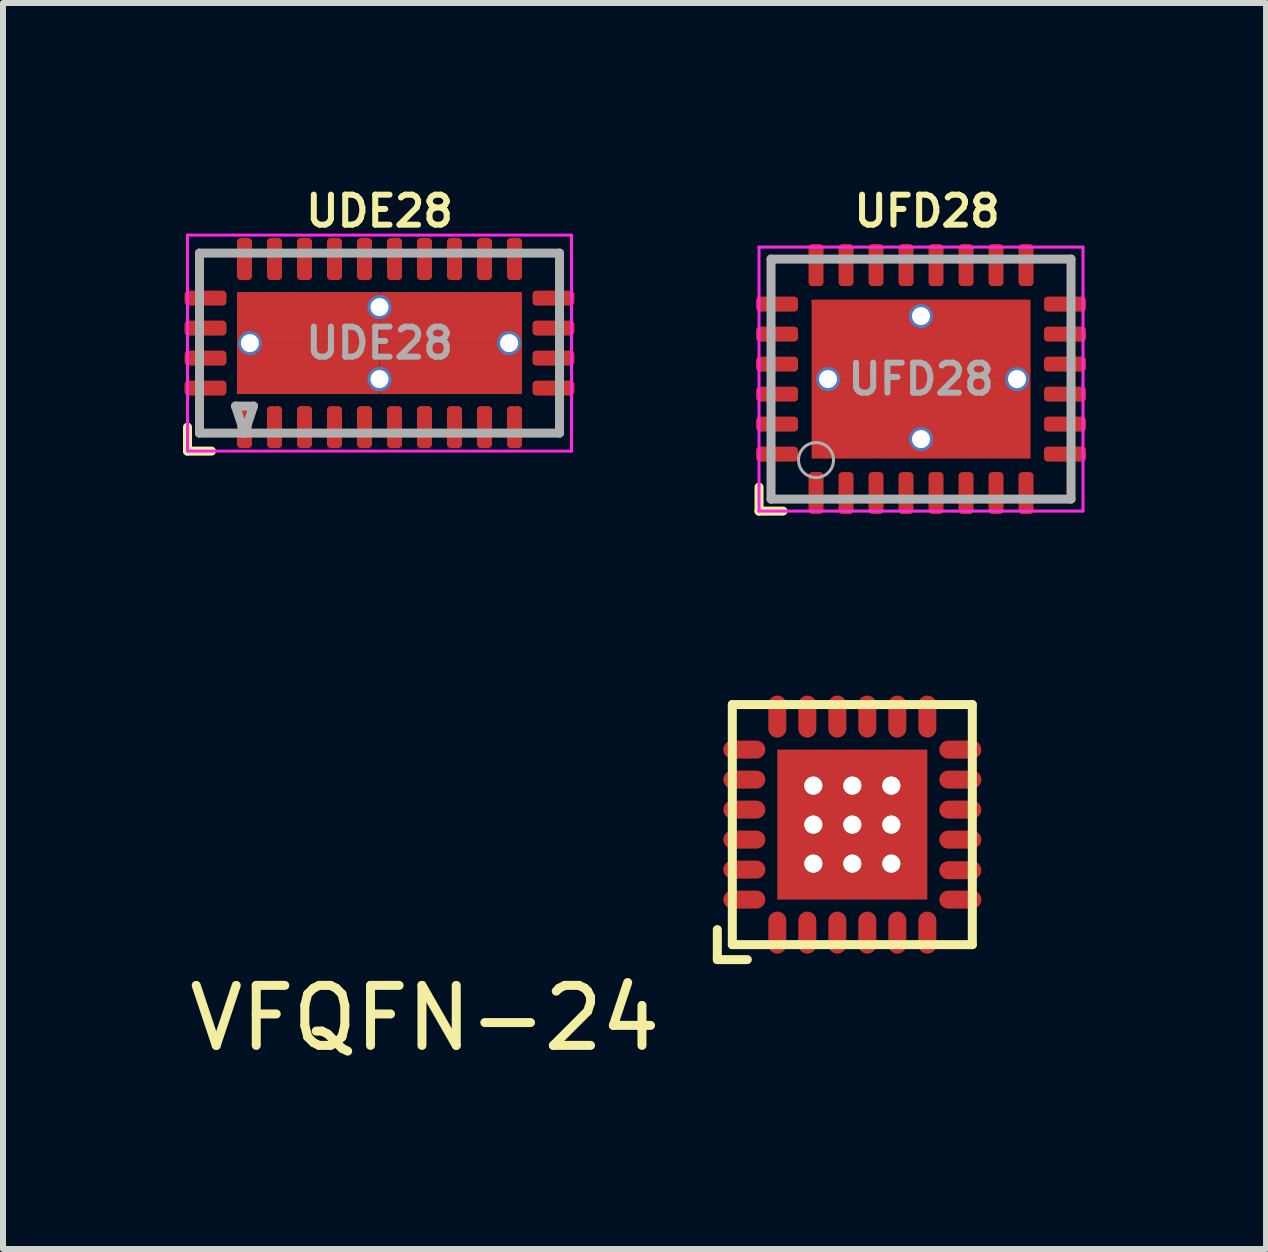
<source format=kicad_pcb>
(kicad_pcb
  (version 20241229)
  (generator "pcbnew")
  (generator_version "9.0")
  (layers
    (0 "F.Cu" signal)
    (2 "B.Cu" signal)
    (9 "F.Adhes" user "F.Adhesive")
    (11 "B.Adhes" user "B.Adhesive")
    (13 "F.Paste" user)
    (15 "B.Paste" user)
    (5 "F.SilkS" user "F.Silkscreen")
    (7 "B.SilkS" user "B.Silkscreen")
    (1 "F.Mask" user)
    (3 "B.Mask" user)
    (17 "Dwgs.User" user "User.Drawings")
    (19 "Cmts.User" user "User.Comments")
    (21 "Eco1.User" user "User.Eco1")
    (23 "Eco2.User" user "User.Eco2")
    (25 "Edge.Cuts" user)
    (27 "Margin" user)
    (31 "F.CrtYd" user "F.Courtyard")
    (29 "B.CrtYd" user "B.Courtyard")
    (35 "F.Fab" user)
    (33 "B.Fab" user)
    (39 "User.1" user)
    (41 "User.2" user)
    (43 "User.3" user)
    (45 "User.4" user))
  (footprint "VFQFN-24"
    (layer "F.Cu")
    (at 11.155 10.693)
    (property "Reference" "VFQFN-24" (at -7.125 3.225 180) (layer "F.SilkS") (effects (font (size 1 1) (thickness 0.15))))
    (attr through_hole)
    (fp_line (start -2.25 1.75) (end -2.25 2.25) (stroke (width 0.15) (type solid)) (layer "F.SilkS"))
    (fp_line (start -2.25 2.25) (end -1.75 2.25) (stroke (width 0.15) (type solid)) (layer "F.SilkS"))
    (fp_line (start -2 -2) (end 2 -2) (stroke (width 0.15) (type solid)) (layer "F.SilkS"))
    (fp_line (start -2 2) (end -2 -2) (stroke (width 0.15) (type solid)) (layer "F.SilkS"))
    (fp_line (start 2 -2) (end 2 2) (stroke (width 0.15) (type solid)) (layer "F.SilkS"))
    (fp_line (start 2 2) (end -2 2) (stroke (width 0.15) (type solid)) (layer "F.SilkS"))
    (pad "1" smd oval (at -1.25 1.8) (size 0.3 0.7) (layers "F.Cu" "F.Mask" "F.Paste"))
    (pad "2" smd oval (at -0.75 1.8) (size 0.3 0.7) (layers "F.Cu" "F.Mask" "F.Paste"))
    (pad "3" smd oval (at -0.25 1.8) (size 0.3 0.7) (layers "F.Cu" "F.Mask" "F.Paste"))
    (pad "4" smd oval (at 0.25 1.8) (size 0.3 0.7) (layers "F.Cu" "F.Mask" "F.Paste"))
    (pad "5" smd oval (at 0.75 1.8) (size 0.3 0.7) (layers "F.Cu" "F.Mask" "F.Paste"))
    (pad "6" smd oval (at 1.25 1.8) (size 0.3 0.7) (layers "F.Cu" "F.Mask" "F.Paste"))
    (pad "7" smd oval (at 1.8 1.25 90) (size 0.3 0.7) (layers "F.Cu" "F.Mask" "F.Paste"))
    (pad "8" smd oval (at 1.8 0.76 90) (size 0.3 0.7) (layers "F.Cu" "F.Mask" "F.Paste"))
    (pad "9" smd oval (at 1.8 0.25 90) (size 0.3 0.7) (layers "F.Cu" "F.Mask" "F.Paste"))
    (pad "10" smd oval (at 1.8 -0.25 90) (size 0.3 0.7) (layers "F.Cu" "F.Mask" "F.Paste"))
    (pad "11" smd oval (at 1.8 -0.75 90) (size 0.3 0.7) (layers "F.Cu" "F.Mask" "F.Paste"))
    (pad "12" smd oval (at 1.8 -1.25 90) (size 0.3 0.7) (layers "F.Cu" "F.Mask" "F.Paste"))
    (pad "13" smd oval (at 1.25 -1.8) (size 0.3 0.7) (layers "F.Cu" "F.Mask" "F.Paste"))
    (pad "14" smd oval (at 0.75 -1.8) (size 0.3 0.7) (layers "F.Cu" "F.Mask" "F.Paste"))
    (pad "15" smd oval (at 0.25 -1.8) (size 0.3 0.7) (layers "F.Cu" "F.Mask" "F.Paste"))
    (pad "16" smd oval (at -0.25 -1.8) (size 0.3 0.7) (layers "F.Cu" "F.Mask" "F.Paste"))
    (pad "17" smd oval (at -0.75 -1.8) (size 0.3 0.7) (layers "F.Cu" "F.Mask" "F.Paste"))
    (pad "18" smd oval (at -1.25 -1.8) (size 0.3 0.7) (layers "F.Cu" "F.Mask" "F.Paste"))
    (pad "19" smd oval (at -1.8 -1.25 90) (size 0.3 0.7) (layers "F.Cu" "F.Mask" "F.Paste"))
    (pad "20" smd oval (at -1.8 -0.75 90) (size 0.3 0.7) (layers "F.Cu" "F.Mask" "F.Paste"))
    (pad "21" smd oval (at -1.8 -0.25 90) (size 0.3 0.7) (layers "F.Cu" "F.Mask" "F.Paste"))
    (pad "22" smd oval (at -1.8 0.25 90) (size 0.3 0.7) (layers "F.Cu" "F.Mask" "F.Paste"))
    (pad "23" smd oval (at -1.8 0.75 90) (size 0.3 0.7) (layers "F.Cu" "F.Mask" "F.Paste"))
    (pad "24" smd oval (at -1.8 1.25 90) (size 0.3 0.7) (layers "F.Cu" "F.Mask" "F.Paste"))
    (pad "PAD" thru_hole circle (at -0.65 -0.65) (size 0.3 0.3) (drill 0.3) (layers "*.Cu" "F.Mask" "F.SilkS"))
    (pad "PAD" thru_hole circle (at -0.65 0) (size 0.3 0.3) (drill 0.3) (layers "*.Cu" "F.Mask" "F.SilkS"))
    (pad "PAD" thru_hole circle (at -0.65 0.65) (size 0.3 0.3) (drill 0.3) (layers "*.Cu" "F.Mask" "F.SilkS"))
    (pad "PAD" thru_hole circle (at 0 -0.65) (size 0.3 0.3) (drill 0.3) (layers "*.Cu" "F.Mask" "F.SilkS"))
    (pad "PAD" thru_hole circle (at 0 0) (size 0.3 0.3) (drill 0.3) (layers "*.Cu" "F.Mask" "F.SilkS"))
    (pad "PAD" smd rect (at 0 0) (size 2.5 2.5) (layers "F.Cu" "F.Mask" "F.Paste"))
    (pad "PAD" thru_hole circle (at 0 0.65) (size 0.3 0.3) (drill 0.3) (layers "*.Cu" "F.Mask" "F.SilkS"))
    (pad "PAD" thru_hole circle (at 0.65 -0.65) (size 0.3 0.3) (drill 0.3) (layers "*.Cu" "F.Mask" "F.SilkS"))
    (pad "PAD" thru_hole circle (at 0.65 0) (size 0.3 0.3) (drill 0.3) (layers "*.Cu" "F.Mask" "F.SilkS"))
    (pad "PAD" thru_hole circle (at 0.65 0.65) (size 0.3 0.3) (drill 0.3) (layers "*.Cu" "F.Mask" "F.SilkS")))
  (footprint "UDE28"
    (layer "F.Cu")
    (at 3.275 2.668)
    (property "Reference" "UDE28" (at 0 -2.2 0) (layer "F.SilkS") (effects (font (size 0.5 0.5) (thickness 0.1))))
    (attr smd)
    (fp_line (start -3.2 1.4) (end -3.2 1.8) (stroke (width 0.15) (type solid)) (layer "F.SilkS"))
    (fp_line (start -2.8 1.8) (end -3.2 1.8) (stroke (width 0.15) (type solid)) (layer "F.SilkS"))
    (fp_line (start -3.2 -1.8) (end -3.2 1.8) (stroke (width 0.05) (type solid)) (layer "F.CrtYd"))
    (fp_line (start -3.2 1.8) (end 3.2 1.8) (stroke (width 0.05) (type solid)) (layer "F.CrtYd"))
    (fp_line (start 3.2 -1.8) (end -3.2 -1.8) (stroke (width 0.05) (type solid)) (layer "F.CrtYd"))
    (fp_line (start 3.2 1.8) (end 3.2 -1.8) (stroke (width 0.05) (type solid)) (layer "F.CrtYd"))
    (fp_line (start -3 -1.5) (end 3 -1.5) (stroke (width 0.15) (type solid)) (layer "F.Fab"))
    (fp_line (start -3 1.5) (end -3 -1.5) (stroke (width 0.15) (type solid)) (layer "F.Fab"))
    (fp_line (start -2.4 1.05) (end -2.1 1.05) (stroke (width 0.15) (type solid)) (layer "F.Fab"))
    (fp_line (start -2.25 1.5) (end -2.4 1.05) (stroke (width 0.15) (type solid)) (layer "F.Fab"))
    (fp_line (start -2.1 1.05) (end -2.25 1.5) (stroke (width 0.15) (type solid)) (layer "F.Fab"))
    (fp_line (start 3 -1.5) (end 3 1.5) (stroke (width 0.15) (type solid)) (layer "F.Fab"))
    (fp_line (start 3 1.5) (end -3 1.5) (stroke (width 0.15) (type solid)) (layer "F.Fab"))
    (fp_text user "${REFERENCE}" (at 0 0 0) (layer "F.Fab") (effects (font (size 0.5 0.5) (thickness 0.1))))
    (pad "1" smd roundrect (at -2.25 1.4) (size 0.25 0.7) (layers "F.Cu" "F.Mask" "F.Paste") (roundrect_rratio 0.25))
    (pad "2" smd roundrect (at -1.75 1.4) (size 0.25 0.7) (layers "F.Cu" "F.Mask" "F.Paste") (roundrect_rratio 0.25))
    (pad "3" smd roundrect (at -1.25 1.4) (size 0.25 0.7) (layers "F.Cu" "F.Mask" "F.Paste") (roundrect_rratio 0.25))
    (pad "4" smd roundrect (at -0.75 1.4) (size 0.25 0.7) (layers "F.Cu" "F.Mask" "F.Paste") (roundrect_rratio 0.25))
    (pad "5" smd roundrect (at -0.25 1.4) (size 0.25 0.7) (layers "F.Cu" "F.Mask" "F.Paste") (roundrect_rratio 0.25))
    (pad "6" smd roundrect (at 0.25 1.4) (size 0.25 0.7) (layers "F.Cu" "F.Mask" "F.Paste") (roundrect_rratio 0.25))
    (pad "7" smd roundrect (at 0.75 1.4) (size 0.25 0.7) (layers "F.Cu" "F.Mask" "F.Paste") (roundrect_rratio 0.25))
    (pad "8" smd roundrect (at 1.25 1.4) (size 0.25 0.7) (layers "F.Cu" "F.Mask" "F.Paste") (roundrect_rratio 0.25))
    (pad "9" smd roundrect (at 1.75 1.4) (size 0.25 0.7) (layers "F.Cu" "F.Mask" "F.Paste") (roundrect_rratio 0.25))
    (pad "10" smd roundrect (at 2.25 1.4) (size 0.25 0.7) (layers "F.Cu" "F.Mask" "F.Paste") (roundrect_rratio 0.25))
    (pad "11" smd roundrect (at 2.9 0.75 270) (size 0.25 0.7) (layers "F.Cu" "F.Mask" "F.Paste") (roundrect_rratio 0.25))
    (pad "12" smd roundrect (at 2.9 0.25 270) (size 0.25 0.7) (layers "F.Cu" "F.Mask" "F.Paste") (roundrect_rratio 0.25))
    (pad "13" smd roundrect (at 2.9 -0.25 270) (size 0.25 0.7) (layers "F.Cu" "F.Mask" "F.Paste") (roundrect_rratio 0.25))
    (pad "14" smd roundrect (at 2.9 -0.75 270) (size 0.25 0.7) (layers "F.Cu" "F.Mask" "F.Paste") (roundrect_rratio 0.25))
    (pad "15" smd roundrect (at 2.25 -1.4) (size 0.25 0.7) (layers "F.Cu" "F.Mask" "F.Paste") (roundrect_rratio 0.25))
    (pad "16" smd roundrect (at 1.75 -1.4) (size 0.25 0.7) (layers "F.Cu" "F.Mask" "F.Paste") (roundrect_rratio 0.25))
    (pad "17" smd roundrect (at 1.25 -1.4) (size 0.25 0.7) (layers "F.Cu" "F.Mask" "F.Paste") (roundrect_rratio 0.25))
    (pad "18" smd roundrect (at 0.75 -1.4) (size 0.25 0.7) (layers "F.Cu" "F.Mask" "F.Paste") (roundrect_rratio 0.25))
    (pad "19" smd roundrect (at 0.25 -1.4) (size 0.25 0.7) (layers "F.Cu" "F.Mask" "F.Paste") (roundrect_rratio 0.25))
    (pad "20" smd roundrect (at -0.25 -1.4) (size 0.25 0.7) (layers "F.Cu" "F.Mask" "F.Paste") (roundrect_rratio 0.25))
    (pad "21" smd roundrect (at -0.75 -1.4) (size 0.25 0.7) (layers "F.Cu" "F.Mask" "F.Paste") (roundrect_rratio 0.25))
    (pad "22" smd roundrect (at -1.25 -1.4) (size 0.25 0.7) (layers "F.Cu" "F.Mask" "F.Paste") (roundrect_rratio 0.25))
    (pad "23" smd roundrect (at -1.75 -1.4) (size 0.25 0.7) (layers "F.Cu" "F.Mask" "F.Paste") (roundrect_rratio 0.25))
    (pad "24" smd roundrect (at -2.25 -1.4) (size 0.25 0.7) (layers "F.Cu" "F.Mask" "F.Paste") (roundrect_rratio 0.25))
    (pad "25" smd roundrect (at -2.9 -0.75 270) (size 0.25 0.7) (layers "F.Cu" "F.Mask" "F.Paste") (roundrect_rratio 0.25))
    (pad "26" smd roundrect (at -2.9 -0.25 270) (size 0.25 0.7) (layers "F.Cu" "F.Mask" "F.Paste") (roundrect_rratio 0.25))
    (pad "27" smd roundrect (at -2.9 0.25 270) (size 0.25 0.7) (layers "F.Cu" "F.Mask" "F.Paste") (roundrect_rratio 0.25))
    (pad "28" smd roundrect (at -2.9 0.75 270) (size 0.25 0.7) (layers "F.Cu" "F.Mask" "F.Paste") (roundrect_rratio 0.25))
    (pad "29" thru_hole circle (at -2.16 0) (size 0.4 0.4) (drill 0.3) (layers "*.Cu" "F.Mask"))
    (pad "29" smd rect (at -1.188 -0.425) (size 2.375 0.85) (layers "F.Cu" "F.Mask" "F.Paste"))
    (pad "29" smd rect (at -1.188 0.425) (size 2.375 0.85) (layers "F.Cu" "F.Mask" "F.Paste"))
    (pad "29" thru_hole circle (at 0 -0.6 270) (size 0.4 0.4) (drill 0.3) (layers "*.Cu" "F.Mask"))
    (pad "29" thru_hole circle (at 0 0.6 270) (size 0.4 0.4) (drill 0.3) (layers "*.Cu" "F.Mask"))
    (pad "29" smd rect (at 1.188 -0.425) (size 2.375 0.85) (layers "F.Cu" "F.Mask" "F.Paste"))
    (pad "29" smd rect (at 1.188 0.425) (size 2.375 0.85) (layers "F.Cu" "F.Mask" "F.Paste"))
    (pad "29" thru_hole circle (at 2.16 0 270) (size 0.4 0.4) (drill 0.3) (layers "*.Cu" "F.Mask")))
  (footprint "UFD28"
    (layer "F.Cu")
    (at 12.3 3.268)
    (property "Reference" "UFD28" (at 0.1 -2.8 0) (layer "F.SilkS") (effects (font (size 0.5 0.5) (thickness 0.1))))
    (attr smd)
    (fp_line (start -2.7 1.8) (end -2.7 2.2) (stroke (width 0.15) (type solid)) (layer "F.SilkS"))
    (fp_line (start -2.3 2.2) (end -2.7 2.2) (stroke (width 0.15) (type solid)) (layer "F.SilkS"))
    (fp_line (start -2.7 -2.2) (end -2.7 2.2) (stroke (width 0.05) (type solid)) (layer "F.CrtYd"))
    (fp_line (start -2.7 2.2) (end 2.7 2.2) (stroke (width 0.05) (type solid)) (layer "F.CrtYd"))
    (fp_line (start 2.7 -2.2) (end -2.7 -2.2) (stroke (width 0.05) (type solid)) (layer "F.CrtYd"))
    (fp_line (start 2.7 2.2) (end 2.7 -2.2) (stroke (width 0.05) (type solid)) (layer "F.CrtYd"))
    (fp_line (start -2.5 -2) (end 2.5 -2) (stroke (width 0.15) (type solid)) (layer "F.Fab"))
    (fp_line (start -2.5 2) (end -2.5 -2) (stroke (width 0.15) (type solid)) (layer "F.Fab"))
    (fp_line (start 2.5 -2) (end 2.5 2) (stroke (width 0.15) (type solid)) (layer "F.Fab"))
    (fp_line (start 2.5 2) (end -2.5 2) (stroke (width 0.15) (type solid)) (layer "F.Fab"))
    (fp_circle (center -1.75 1.35) (end -1.6 1.1) (stroke (width 0.05) (type solid)) (fill no) (layer "F.Fab"))
    (fp_text user "${REFERENCE}" (at 0 0 0) (layer "F.Fab") (effects (font (size 0.5 0.5) (thickness 0.1))))
    (pad "1" smd roundrect (at -1.75 1.9) (size 0.25 0.7) (layers "F.Cu" "F.Mask" "F.Paste") (roundrect_rratio 0.25))
    (pad "2" smd roundrect (at -1.25 1.9) (size 0.25 0.7) (layers "F.Cu" "F.Mask" "F.Paste") (roundrect_rratio 0.25))
    (pad "3" smd roundrect (at -0.75 1.9) (size 0.25 0.7) (layers "F.Cu" "F.Mask" "F.Paste") (roundrect_rratio 0.25))
    (pad "4" smd roundrect (at -0.25 1.9) (size 0.25 0.7) (layers "F.Cu" "F.Mask" "F.Paste") (roundrect_rratio 0.25))
    (pad "5" smd roundrect (at 0.25 1.9) (size 0.25 0.7) (layers "F.Cu" "F.Mask" "F.Paste") (roundrect_rratio 0.25))
    (pad "6" smd roundrect (at 0.75 1.9) (size 0.25 0.7) (layers "F.Cu" "F.Mask" "F.Paste") (roundrect_rratio 0.25))
    (pad "7" smd roundrect (at 1.25 1.9) (size 0.25 0.7) (layers "F.Cu" "F.Mask" "F.Paste") (roundrect_rratio 0.25))
    (pad "8" smd roundrect (at 1.75 1.9) (size 0.25 0.7) (layers "F.Cu" "F.Mask" "F.Paste") (roundrect_rratio 0.25))
    (pad "9" smd roundrect (at 2.4 1.25) (size 0.7 0.25) (layers "F.Cu" "F.Mask" "F.Paste") (roundrect_rratio 0.25))
    (pad "10" smd roundrect (at 2.4 0.75) (size 0.7 0.25) (layers "F.Cu" "F.Mask" "F.Paste") (roundrect_rratio 0.25))
    (pad "11" smd roundrect (at 2.4 0.25) (size 0.7 0.25) (layers "F.Cu" "F.Mask" "F.Paste") (roundrect_rratio 0.25))
    (pad "12" smd roundrect (at 2.4 -0.25) (size 0.7 0.25) (layers "F.Cu" "F.Mask" "F.Paste") (roundrect_rratio 0.25))
    (pad "13" smd roundrect (at 2.4 -0.75) (size 0.7 0.25) (layers "F.Cu" "F.Mask" "F.Paste") (roundrect_rratio 0.25))
    (pad "14" smd roundrect (at 2.4 -1.25) (size 0.7 0.25) (layers "F.Cu" "F.Mask" "F.Paste") (roundrect_rratio 0.25))
    (pad "15" smd roundrect (at 1.75 -1.9) (size 0.25 0.7) (layers "F.Cu" "F.Mask" "F.Paste") (roundrect_rratio 0.25))
    (pad "16" smd roundrect (at 1.25 -1.9) (size 0.25 0.7) (layers "F.Cu" "F.Mask" "F.Paste") (roundrect_rratio 0.25))
    (pad "17" smd roundrect (at 0.75 -1.9) (size 0.25 0.7) (layers "F.Cu" "F.Mask" "F.Paste") (roundrect_rratio 0.25))
    (pad "18" smd roundrect (at 0.25 -1.9) (size 0.25 0.7) (layers "F.Cu" "F.Mask" "F.Paste") (roundrect_rratio 0.25))
    (pad "19" smd roundrect (at -0.25 -1.9) (size 0.25 0.7) (layers "F.Cu" "F.Mask" "F.Paste") (roundrect_rratio 0.25))
    (pad "20" smd roundrect (at -0.75 -1.9) (size 0.25 0.7) (layers "F.Cu" "F.Mask" "F.Paste") (roundrect_rratio 0.25))
    (pad "21" smd roundrect (at -1.25 -1.9) (size 0.25 0.7) (layers "F.Cu" "F.Mask" "F.Paste") (roundrect_rratio 0.25))
    (pad "22" smd roundrect (at -1.75 -1.9) (size 0.25 0.7) (layers "F.Cu" "F.Mask" "F.Paste") (roundrect_rratio 0.25))
    (pad "23" smd roundrect (at -2.4 -1.25) (size 0.7 0.25) (layers "F.Cu" "F.Mask" "F.Paste") (roundrect_rratio 0.25))
    (pad "24" smd roundrect (at -2.4 -0.75) (size 0.7 0.25) (layers "F.Cu" "F.Mask" "F.Paste") (roundrect_rratio 0.25))
    (pad "25" smd roundrect (at -2.4 -0.25) (size 0.7 0.25) (layers "F.Cu" "F.Mask" "F.Paste") (roundrect_rratio 0.25))
    (pad "26" smd roundrect (at -2.4 0.25) (size 0.7 0.25) (layers "F.Cu" "F.Mask" "F.Paste") (roundrect_rratio 0.25))
    (pad "27" smd roundrect (at -2.4 0.75) (size 0.7 0.25) (layers "F.Cu" "F.Mask" "F.Paste") (roundrect_rratio 0.25))
    (pad "28" smd roundrect (at -2.4 1.25) (size 0.7 0.25) (layers "F.Cu" "F.Mask" "F.Paste") (roundrect_rratio 0.25))
    (pad "29" thru_hole circle (at -1.55 0) (size 0.4 0.4) (drill 0.3) (layers "*.Cu" "F.Mask"))
    (pad "29" smd rect (at -0.912 -0.662) (size 1.825 1.325) (layers "F.Cu" "F.Mask" "F.Paste"))
    (pad "29" smd rect (at -0.912 0.662) (size 1.825 1.325) (layers "F.Cu" "F.Mask" "F.Paste"))
    (pad "29" thru_hole circle (at 0 -1.05 270) (size 0.4 0.4) (drill 0.3) (layers "*.Cu" "F.Mask"))
    (pad "29" thru_hole circle (at 0 1 270) (size 0.4 0.4) (drill 0.3) (layers "*.Cu" "F.Mask"))
    (pad "29" smd rect (at 0.912 -0.662) (size 1.825 1.325) (layers "F.Cu" "F.Mask" "F.Paste"))
    (pad "29" smd rect (at 0.912 0.662) (size 1.825 1.325) (layers "F.Cu" "F.Mask" "F.Paste"))
    (pad "29" thru_hole circle (at 1.6 0 270) (size 0.4 0.4) (drill 0.3) (layers "*.Cu" "F.Mask")))
  (gr_rect
    (start -3 -3)
    (end 18.05 17.766)
    (stroke (width 0.1) (type default))
    (fill no)
    (layer "Edge.Cuts")))
</source>
